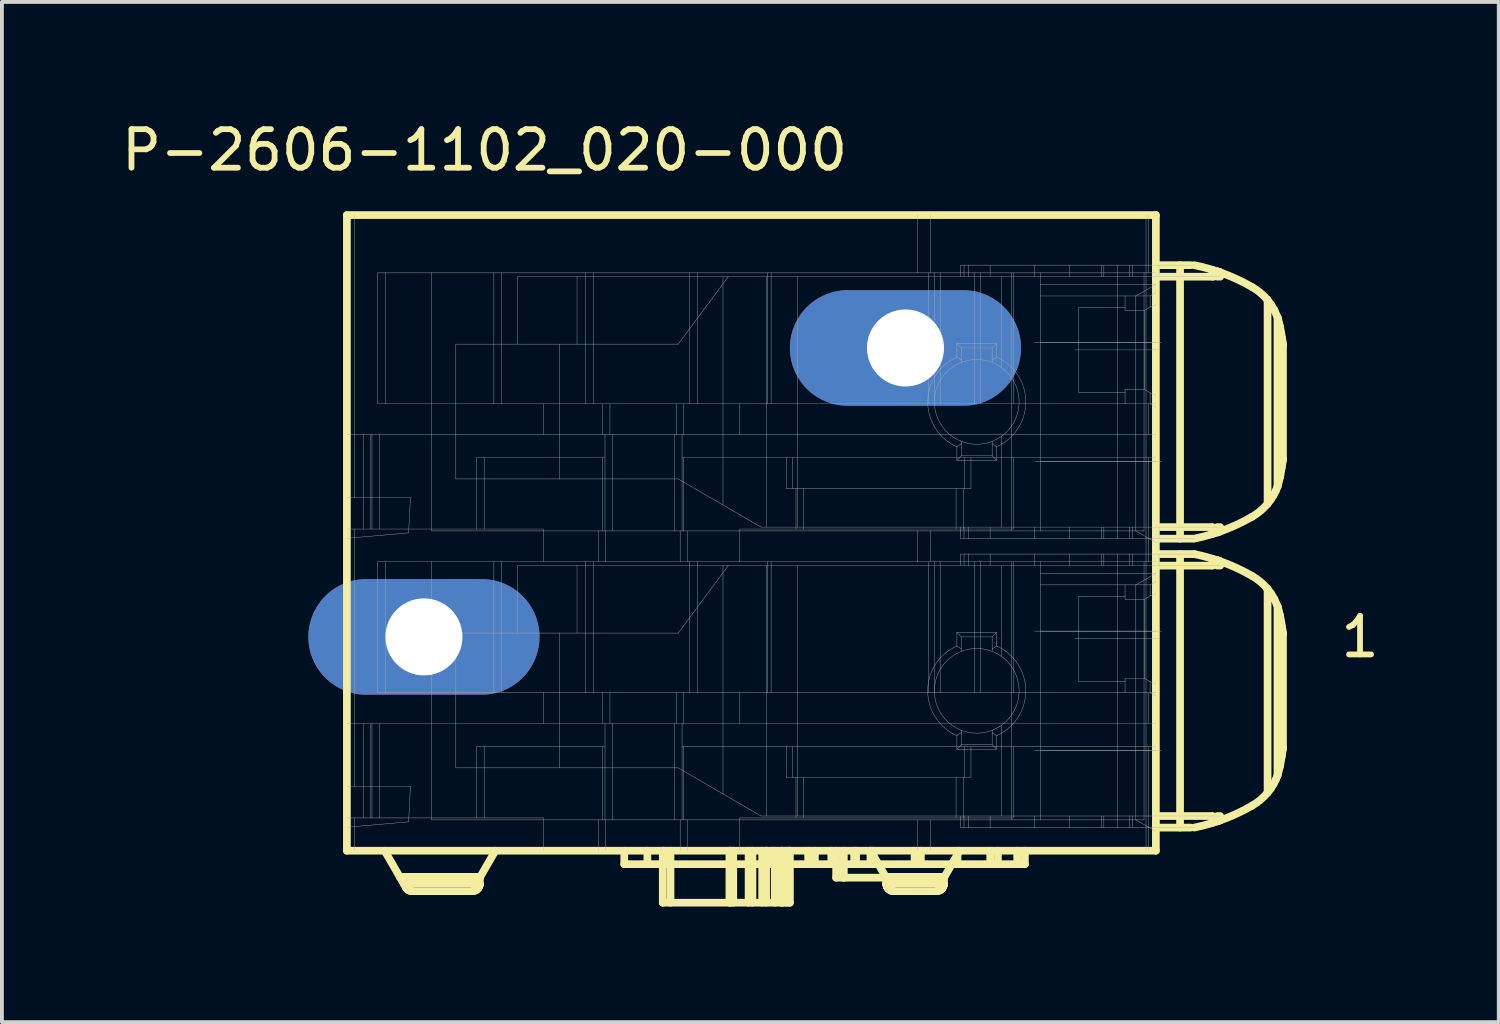
<source format=kicad_pcb>
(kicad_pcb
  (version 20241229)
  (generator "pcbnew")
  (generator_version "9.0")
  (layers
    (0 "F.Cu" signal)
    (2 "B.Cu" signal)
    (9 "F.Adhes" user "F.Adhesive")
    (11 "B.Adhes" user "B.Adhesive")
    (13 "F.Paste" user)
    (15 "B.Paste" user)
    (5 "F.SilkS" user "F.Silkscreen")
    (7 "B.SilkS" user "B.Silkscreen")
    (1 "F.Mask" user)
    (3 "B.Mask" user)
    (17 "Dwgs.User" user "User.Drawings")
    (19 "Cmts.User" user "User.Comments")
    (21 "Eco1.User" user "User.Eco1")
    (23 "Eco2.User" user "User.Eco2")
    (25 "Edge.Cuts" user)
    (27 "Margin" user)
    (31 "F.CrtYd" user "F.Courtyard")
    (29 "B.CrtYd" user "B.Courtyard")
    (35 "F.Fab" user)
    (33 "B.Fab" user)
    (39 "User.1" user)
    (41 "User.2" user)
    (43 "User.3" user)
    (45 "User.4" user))
  (footprint "P-2606-1102_020-000"
    (layer "F.Cu")
    (at 18.105 11.458)
    (property "Reference" "P-2606-1102_020-000" (at -8.575 -10.61 0) (layer "F.SilkS") (effects (font (size 1 1) (thickness 0.15))))
    (attr through_hole)
    (fp_line (start -12.15 7.575) (end -12.15 -8.925) (stroke (width 0.2) (type solid)) (layer "F.SilkS"))
    (fp_line (start -10.778 8.254) (end -11.17 7.575) (stroke (width 0.2) (type solid)) (layer "F.SilkS"))
    (fp_line (start -10.621 8.525) (end -10.778 8.254) (stroke (width 0.2) (type solid)) (layer "F.SilkS"))
    (fp_line (start -10.612 8.54) (end -10.621 8.525) (stroke (width 0.2) (type solid)) (layer "F.SilkS"))
    (fp_line (start -10.601 8.554) (end -10.612 8.54) (stroke (width 0.2) (type solid)) (layer "F.SilkS"))
    (fp_line (start -10.59 8.566) (end -10.601 8.554) (stroke (width 0.2) (type solid)) (layer "F.SilkS"))
    (fp_line (start -10.577 8.578) (end -10.59 8.566) (stroke (width 0.2) (type solid)) (layer "F.SilkS"))
    (fp_line (start -10.563 8.589) (end -10.577 8.578) (stroke (width 0.2) (type solid)) (layer "F.SilkS"))
    (fp_line (start -10.548 8.598) (end -10.563 8.589) (stroke (width 0.2) (type solid)) (layer "F.SilkS"))
    (fp_line (start -10.533 8.606) (end -10.548 8.598) (stroke (width 0.2) (type solid)) (layer "F.SilkS"))
    (fp_line (start -10.517 8.613) (end -10.533 8.606) (stroke (width 0.2) (type solid)) (layer "F.SilkS"))
    (fp_line (start -10.5 8.618) (end -10.517 8.613) (stroke (width 0.2) (type solid)) (layer "F.SilkS"))
    (fp_line (start -10.483 8.622) (end -10.5 8.618) (stroke (width 0.2) (type solid)) (layer "F.SilkS"))
    (fp_line (start -10.466 8.624) (end -10.483 8.622) (stroke (width 0.2) (type solid)) (layer "F.SilkS"))
    (fp_line (start -10.448 8.625) (end -10.466 8.624) (stroke (width 0.2) (type solid)) (layer "F.SilkS"))
    (fp_line (start -8.9 8.625) (end -10.448 8.625) (stroke (width 0.2) (type solid)) (layer "F.SilkS"))
    (fp_line (start -8.883 8.624) (end -8.9 8.625) (stroke (width 0.2) (type solid)) (layer "F.SilkS"))
    (fp_line (start -8.865 8.622) (end -8.883 8.624) (stroke (width 0.2) (type solid)) (layer "F.SilkS"))
    (fp_line (start -8.848 8.618) (end -8.865 8.622) (stroke (width 0.2) (type solid)) (layer "F.SilkS"))
    (fp_line (start -8.832 8.613) (end -8.848 8.618) (stroke (width 0.2) (type solid)) (layer "F.SilkS"))
    (fp_line (start -8.815 8.606) (end -8.832 8.613) (stroke (width 0.2) (type solid)) (layer "F.SilkS"))
    (fp_line (start -8.8 8.598) (end -8.815 8.606) (stroke (width 0.2) (type solid)) (layer "F.SilkS"))
    (fp_line (start -8.785 8.589) (end -8.8 8.598) (stroke (width 0.2) (type solid)) (layer "F.SilkS"))
    (fp_line (start -8.771 8.578) (end -8.785 8.589) (stroke (width 0.2) (type solid)) (layer "F.SilkS"))
    (fp_line (start -8.759 8.566) (end -8.771 8.578) (stroke (width 0.2) (type solid)) (layer "F.SilkS"))
    (fp_line (start -8.747 8.554) (end -8.759 8.566) (stroke (width 0.2) (type solid)) (layer "F.SilkS"))
    (fp_line (start -8.736 8.54) (end -8.747 8.554) (stroke (width 0.2) (type solid)) (layer "F.SilkS"))
    (fp_line (start -8.727 8.525) (end -8.736 8.54) (stroke (width 0.2) (type solid)) (layer "F.SilkS"))
    (fp_line (start -8.719 8.51) (end -8.727 8.525) (stroke (width 0.2) (type solid)) (layer "F.SilkS"))
    (fp_line (start -8.712 8.493) (end -8.719 8.51) (stroke (width 0.2) (type solid)) (layer "F.SilkS"))
    (fp_line (start -8.707 8.477) (end -8.712 8.493) (stroke (width 0.2) (type solid)) (layer "F.SilkS"))
    (fp_line (start -8.703 8.46) (end -8.707 8.477) (stroke (width 0.2) (type solid)) (layer "F.SilkS"))
    (fp_line (start -8.701 8.442) (end -8.703 8.46) (stroke (width 0.2) (type solid)) (layer "F.SilkS"))
    (fp_line (start -8.7 8.275) (end -8.296 7.575) (stroke (width 0.2) (type solid)) (layer "F.SilkS"))
    (fp_line (start -8.7 8.425) (end -10.679 8.425) (stroke (width 0.2) (type solid)) (layer "F.SilkS"))
    (fp_line (start -8.7 8.425) (end -8.701 8.442) (stroke (width 0.2) (type solid)) (layer "F.SilkS"))
    (fp_line (start -8.7 8.425) (end -8.7 8.275) (stroke (width 0.2) (type solid)) (layer "F.SilkS"))
    (fp_line (start -8.688 8.254) (end -10.778 8.254) (stroke (width 0.2) (type solid)) (layer "F.SilkS"))
    (fp_line (start -4.95 7.925) (end -4.95 7.575) (stroke (width 0.2) (type solid)) (layer "F.SilkS"))
    (fp_line (start -4.35 7.925) (end -4.35 7.575) (stroke (width 0.2) (type solid)) (layer "F.SilkS"))
    (fp_line (start -3.95 8.925) (end -3.95 7.575) (stroke (width 0.2) (type solid)) (layer "F.SilkS"))
    (fp_line (start -3.932 7.925) (end -3.932 7.575) (stroke (width 0.2) (type solid)) (layer "F.SilkS"))
    (fp_line (start -3.75 8.925) (end -3.75 7.575) (stroke (width 0.2) (type solid)) (layer "F.SilkS"))
    (fp_line (start -2.22 7.575) (end -2.22 8.925) (stroke (width 0.2) (type solid)) (layer "F.SilkS"))
    (fp_line (start -2.193 8.925) (end -2.193 7.575) (stroke (width 0.2) (type solid)) (layer "F.SilkS"))
    (fp_line (start -2.12 8.925) (end -2.12 7.575) (stroke (width 0.2) (type solid)) (layer "F.SilkS"))
    (fp_line (start -1.722 8.925) (end -1.722 7.575) (stroke (width 0.2) (type solid)) (layer "F.SilkS"))
    (fp_line (start -1.622 8.925) (end -1.622 7.575) (stroke (width 0.2) (type solid)) (layer "F.SilkS"))
    (fp_line (start -1.369 8.925) (end -1.369 7.575) (stroke (width 0.2) (type solid)) (layer "F.SilkS"))
    (fp_line (start -1.268 8.925) (end -1.268 7.575) (stroke (width 0.2) (type solid)) (layer "F.SilkS"))
    (fp_line (start -1.25 7.925) (end -1.25 7.575) (stroke (width 0.2) (type solid)) (layer "F.SilkS"))
    (fp_line (start -1.113 7.925) (end -1.113 7.575) (stroke (width 0.2) (type solid)) (layer "F.SilkS"))
    (fp_line (start -1.044 8.925) (end -1.044 7.575) (stroke (width 0.2) (type solid)) (layer "F.SilkS"))
    (fp_line (start -0.871 8.925) (end -0.871 7.575) (stroke (width 0.2) (type solid)) (layer "F.SilkS"))
    (fp_line (start -0.85 8.925) (end -3.95 8.925) (stroke (width 0.2) (type solid)) (layer "F.SilkS"))
    (fp_line (start -0.85 8.925) (end -0.85 7.575) (stroke (width 0.2) (type solid)) (layer "F.SilkS"))
    (fp_line (start -0.75 8.925) (end -0.75 7.575) (stroke (width 0.2) (type solid)) (layer "F.SilkS"))
    (fp_line (start -0.689 7.925) (end -0.689 7.575) (stroke (width 0.2) (type solid)) (layer "F.SilkS"))
    (fp_line (start -0.677 8.925) (end -0.677 7.575) (stroke (width 0.2) (type solid)) (layer "F.SilkS"))
    (fp_line (start -0.65 8.925) (end -0.85 8.925) (stroke (width 0.2) (type solid)) (layer "F.SilkS"))
    (fp_line (start -0.65 8.925) (end -0.65 7.575) (stroke (width 0.2) (type solid)) (layer "F.SilkS"))
    (fp_line (start -0.176 7.575) (end -0.176 7.925) (stroke (width 0.2) (type solid)) (layer "F.SilkS"))
    (fp_line (start -0.001 7.925) (end -0.001 7.575) (stroke (width 0.2) (type solid)) (layer "F.SilkS"))
    (fp_line (start 0.424 7.925) (end 0.424 7.575) (stroke (width 0.2) (type solid)) (layer "F.SilkS"))
    (fp_line (start 0.55 8.275) (end 0.55 7.575) (stroke (width 0.2) (type solid)) (layer "F.SilkS"))
    (fp_line (start 0.75 8.275) (end 0.55 8.275) (stroke (width 0.2) (type solid)) (layer "F.SilkS"))
    (fp_line (start 0.75 8.275) (end 0.75 7.575) (stroke (width 0.2) (type solid)) (layer "F.SilkS"))
    (fp_line (start 1.018 7.925) (end 1.018 7.575) (stroke (width 0.2) (type solid)) (layer "F.SilkS"))
    (fp_line (start 1.068 7.925) (end 1.068 7.575) (stroke (width 0.2) (type solid)) (layer "F.SilkS"))
    (fp_line (start 1.44 7.925) (end 1.44 7.575) (stroke (width 0.2) (type solid)) (layer "F.SilkS"))
    (fp_line (start 1.446 7.575) (end 1.648 7.925) (stroke (width 0.2) (type solid)) (layer "F.SilkS"))
    (fp_line (start 1.513 7.925) (end 1.513 7.575) (stroke (width 0.2) (type solid)) (layer "F.SilkS"))
    (fp_line (start 1.648 7.925) (end 1.85 8.275) (stroke (width 0.2) (type solid)) (layer "F.SilkS"))
    (fp_line (start 1.85 8.275) (end 0.75 8.275) (stroke (width 0.2) (type solid)) (layer "F.SilkS"))
    (fp_line (start 1.85 8.275) (end 1.85 8.425) (stroke (width 0.2) (type solid)) (layer "F.SilkS"))
    (fp_line (start 1.851 8.442) (end 1.85 8.425) (stroke (width 0.2) (type solid)) (layer "F.SilkS"))
    (fp_line (start 1.853 8.46) (end 1.851 8.442) (stroke (width 0.2) (type solid)) (layer "F.SilkS"))
    (fp_line (start 1.857 8.477) (end 1.853 8.46) (stroke (width 0.2) (type solid)) (layer "F.SilkS"))
    (fp_line (start 1.862 8.493) (end 1.857 8.477) (stroke (width 0.2) (type solid)) (layer "F.SilkS"))
    (fp_line (start 1.869 8.51) (end 1.862 8.493) (stroke (width 0.2) (type solid)) (layer "F.SilkS"))
    (fp_line (start 1.877 8.525) (end 1.869 8.51) (stroke (width 0.2) (type solid)) (layer "F.SilkS"))
    (fp_line (start 1.886 8.54) (end 1.877 8.525) (stroke (width 0.2) (type solid)) (layer "F.SilkS"))
    (fp_line (start 1.897 8.554) (end 1.886 8.54) (stroke (width 0.2) (type solid)) (layer "F.SilkS"))
    (fp_line (start 1.909 8.566) (end 1.897 8.554) (stroke (width 0.2) (type solid)) (layer "F.SilkS"))
    (fp_line (start 1.921 8.578) (end 1.909 8.566) (stroke (width 0.2) (type solid)) (layer "F.SilkS"))
    (fp_line (start 1.935 8.589) (end 1.921 8.578) (stroke (width 0.2) (type solid)) (layer "F.SilkS"))
    (fp_line (start 1.95 8.598) (end 1.935 8.589) (stroke (width 0.2) (type solid)) (layer "F.SilkS"))
    (fp_line (start 1.965 8.606) (end 1.95 8.598) (stroke (width 0.2) (type solid)) (layer "F.SilkS"))
    (fp_line (start 1.982 8.613) (end 1.965 8.606) (stroke (width 0.2) (type solid)) (layer "F.SilkS"))
    (fp_line (start 1.998 8.618) (end 1.982 8.613) (stroke (width 0.2) (type solid)) (layer "F.SilkS"))
    (fp_line (start 2.015 8.622) (end 1.998 8.618) (stroke (width 0.2) (type solid)) (layer "F.SilkS"))
    (fp_line (start 2.033 8.624) (end 2.015 8.622) (stroke (width 0.2) (type solid)) (layer "F.SilkS"))
    (fp_line (start 2.05 8.625) (end 2.033 8.624) (stroke (width 0.2) (type solid)) (layer "F.SilkS"))
    (fp_line (start 2.587 7.925) (end 2.587 7.575) (stroke (width 0.2) (type solid)) (layer "F.SilkS"))
    (fp_line (start 2.75 7.925) (end -4.95 7.925) (stroke (width 0.2) (type solid)) (layer "F.SilkS"))
    (fp_line (start 2.75 7.925) (end 2.75 7.575) (stroke (width 0.2) (type solid)) (layer "F.SilkS"))
    (fp_line (start 3.15 8.625) (end 2.05 8.625) (stroke (width 0.2) (type solid)) (layer "F.SilkS"))
    (fp_line (start 3.167 8.624) (end 3.15 8.625) (stroke (width 0.2) (type solid)) (layer "F.SilkS"))
    (fp_line (start 3.185 8.622) (end 3.167 8.624) (stroke (width 0.2) (type solid)) (layer "F.SilkS"))
    (fp_line (start 3.202 8.618) (end 3.185 8.622) (stroke (width 0.2) (type solid)) (layer "F.SilkS"))
    (fp_line (start 3.218 8.613) (end 3.202 8.618) (stroke (width 0.2) (type solid)) (layer "F.SilkS"))
    (fp_line (start 3.235 8.606) (end 3.218 8.613) (stroke (width 0.2) (type solid)) (layer "F.SilkS"))
    (fp_line (start 3.25 8.598) (end 3.235 8.606) (stroke (width 0.2) (type solid)) (layer "F.SilkS"))
    (fp_line (start 3.265 8.589) (end 3.25 8.598) (stroke (width 0.2) (type solid)) (layer "F.SilkS"))
    (fp_line (start 3.279 8.578) (end 3.265 8.589) (stroke (width 0.2) (type solid)) (layer "F.SilkS"))
    (fp_line (start 3.291 8.566) (end 3.279 8.578) (stroke (width 0.2) (type solid)) (layer "F.SilkS"))
    (fp_line (start 3.303 8.554) (end 3.291 8.566) (stroke (width 0.2) (type solid)) (layer "F.SilkS"))
    (fp_line (start 3.314 8.54) (end 3.303 8.554) (stroke (width 0.2) (type solid)) (layer "F.SilkS"))
    (fp_line (start 3.323 8.525) (end 3.314 8.54) (stroke (width 0.2) (type solid)) (layer "F.SilkS"))
    (fp_line (start 3.331 8.51) (end 3.323 8.525) (stroke (width 0.2) (type solid)) (layer "F.SilkS"))
    (fp_line (start 3.338 8.493) (end 3.331 8.51) (stroke (width 0.2) (type solid)) (layer "F.SilkS"))
    (fp_line (start 3.343 8.477) (end 3.338 8.493) (stroke (width 0.2) (type solid)) (layer "F.SilkS"))
    (fp_line (start 3.347 8.46) (end 3.343 8.477) (stroke (width 0.2) (type solid)) (layer "F.SilkS"))
    (fp_line (start 3.349 8.442) (end 3.347 8.46) (stroke (width 0.2) (type solid)) (layer "F.SilkS"))
    (fp_line (start 3.35 8.275) (end 3.552 7.925) (stroke (width 0.2) (type solid)) (layer "F.SilkS"))
    (fp_line (start 3.35 8.425) (end 1.85 8.425) (stroke (width 0.2) (type solid)) (layer "F.SilkS"))
    (fp_line (start 3.35 8.425) (end 3.349 8.442) (stroke (width 0.2) (type solid)) (layer "F.SilkS"))
    (fp_line (start 3.35 8.425) (end 3.35 8.275) (stroke (width 0.2) (type solid)) (layer "F.SilkS"))
    (fp_line (start 3.362 8.254) (end 1.838 8.254) (stroke (width 0.2) (type solid)) (layer "F.SilkS"))
    (fp_line (start 3.552 7.925) (end 3.754 7.575) (stroke (width 0.2) (type solid)) (layer "F.SilkS"))
    (fp_line (start 3.7 7.925) (end 3.7 7.575) (stroke (width 0.2) (type solid)) (layer "F.SilkS"))
    (fp_line (start 4.55 7.925) (end 4.55 7.575) (stroke (width 0.2) (type solid)) (layer "F.SilkS"))
    (fp_line (start 4.75 7.925) (end 4.75 7.575) (stroke (width 0.2) (type solid)) (layer "F.SilkS"))
    (fp_line (start 5.25 7.925) (end 2.75 7.925) (stroke (width 0.2) (type solid)) (layer "F.SilkS"))
    (fp_line (start 5.25 7.925) (end 5.25 7.575) (stroke (width 0.2) (type solid)) (layer "F.SilkS"))
    (fp_line (start 5.45 7.925) (end 5.25 7.925) (stroke (width 0.2) (type solid)) (layer "F.SilkS"))
    (fp_line (start 5.45 7.925) (end 5.45 7.575) (stroke (width 0.2) (type solid)) (layer "F.SilkS"))
    (fp_line (start 8.85 -8.925) (end -12.15 -8.925) (stroke (width 0.2) (type solid)) (layer "F.SilkS"))
    (fp_line (start 8.85 -7.625) (end 8.85 -8.925) (stroke (width 0.2) (type solid)) (layer "F.SilkS"))
    (fp_line (start 8.85 -7.625) (end 9.75 -7.625) (stroke (width 0.2) (type solid)) (layer "F.SilkS"))
    (fp_line (start 8.85 7.575) (end -12.15 7.575) (stroke (width 0.2) (type solid)) (layer "F.SilkS"))
    (fp_line (start 8.85 7.575) (end 8.85 -7.625) (stroke (width 0.2) (type solid)) (layer "F.SilkS"))
    (fp_line (start 8.9 -0.825) (end 10.3 -0.825) (stroke (width 0.2) (type solid)) (layer "F.SilkS"))
    (fp_line (start 8.9 -0.125) (end 9.85 -0.125) (stroke (width 0.2) (type solid)) (layer "F.SilkS"))
    (fp_line (start 8.9 0.175) (end 10.3 0.175) (stroke (width 0.2) (type solid)) (layer "F.SilkS"))
    (fp_line (start 8.9 6.675) (end 10.3 6.675) (stroke (width 0.2) (type solid)) (layer "F.SilkS"))
    (fp_line (start 8.932 6.975) (end 8.932 6.675) (stroke (width 0.01) (type solid)) (layer "F.SilkS"))
    (fp_line (start 8.95 -7.325) (end 10.35 -7.325) (stroke (width 0.2) (type solid)) (layer "F.SilkS"))
    (fp_line (start 8.95 -0.525) (end 9.8 -0.525) (stroke (width 0.2) (type solid)) (layer "F.SilkS"))
    (fp_line (start 8.95 6.975) (end 9.75 6.975) (stroke (width 0.2) (type solid)) (layer "F.SilkS"))
    (fp_line (start 9.478 -0.525) (end 9.478 -7.625) (stroke (width 0.2) (type solid)) (layer "F.SilkS"))
    (fp_line (start 9.478 6.975) (end 9.478 -0.125) (stroke (width 0.2) (type solid)) (layer "F.SilkS"))
    (fp_line (start 10.319 -7.325) (end 10.319 -7.504) (stroke (width 0.2) (type solid)) (layer "F.SilkS"))
    (fp_line (start 10.319 -0.646) (end 10.319 -0.825) (stroke (width 0.2) (type solid)) (layer "F.SilkS"))
    (fp_line (start 10.319 0.175) (end 10.319 -0.004) (stroke (width 0.2) (type solid)) (layer "F.SilkS"))
    (fp_line (start 10.319 6.854) (end 10.319 6.675) (stroke (width 0.2) (type solid)) (layer "F.SilkS"))
    (fp_line (start 10.447 -7.325) (end 10.447 -7.463) (stroke (width 0.2) (type solid)) (layer "F.SilkS"))
    (fp_line (start 10.447 -0.687) (end 10.447 -0.825) (stroke (width 0.2) (type solid)) (layer "F.SilkS"))
    (fp_line (start 10.447 -0.687) (end 10.519 -0.712) (stroke (width 0.2) (type solid)) (layer "F.SilkS"))
    (fp_line (start 10.447 0.175) (end 10.447 0.037) (stroke (width 0.2) (type solid)) (layer "F.SilkS"))
    (fp_line (start 10.447 6.813) (end 10.447 6.675) (stroke (width 0.2) (type solid)) (layer "F.SilkS"))
    (fp_line (start 10.447 6.813) (end 10.519 6.788) (stroke (width 0.2) (type solid)) (layer "F.SilkS"))
    (fp_line (start 10.519 -7.438) (end 10.447 -7.463) (stroke (width 0.2) (type solid)) (layer "F.SilkS"))
    (fp_line (start 10.519 -7.438) (end 10.519 -7.439) (stroke (width 0.2) (type solid)) (layer "F.SilkS"))
    (fp_line (start 10.519 -7.325) (end 10.519 -7.438) (stroke (width 0.2) (type solid)) (layer "F.SilkS"))
    (fp_line (start 10.519 -0.711) (end 10.519 -0.825) (stroke (width 0.2) (type solid)) (layer "F.SilkS"))
    (fp_line (start 10.519 0.062) (end 10.447 0.037) (stroke (width 0.2) (type solid)) (layer "F.SilkS"))
    (fp_line (start 10.519 0.062) (end 10.519 0.061) (stroke (width 0.2) (type solid)) (layer "F.SilkS"))
    (fp_line (start 10.519 0.175) (end 10.519 0.062) (stroke (width 0.2) (type solid)) (layer "F.SilkS"))
    (fp_line (start 10.519 6.789) (end 10.519 6.675) (stroke (width 0.2) (type solid)) (layer "F.SilkS"))
    (fp_line (start 11.75 -6.719) (end 11.845 -6.593) (stroke (width 0.2) (type solid)) (layer "F.SilkS"))
    (fp_line (start 11.75 -1.431) (end 11.75 -6.719) (stroke (width 0.2) (type solid)) (layer "F.SilkS"))
    (fp_line (start 11.75 0.781) (end 11.845 0.907) (stroke (width 0.2) (type solid)) (layer "F.SilkS"))
    (fp_line (start 11.75 6.069) (end 11.75 0.781) (stroke (width 0.2) (type solid)) (layer "F.SilkS"))
    (fp_line (start 11.832 -1.538) (end 11.75 -1.431) (stroke (width 0.2) (type solid)) (layer "F.SilkS"))
    (fp_line (start 11.832 5.962) (end 11.75 6.069) (stroke (width 0.2) (type solid)) (layer "F.SilkS"))
    (fp_line (start 11.845 -6.593) (end 11.927 -6.455) (stroke (width 0.2) (type solid)) (layer "F.SilkS"))
    (fp_line (start 11.845 0.907) (end 11.927 1.045) (stroke (width 0.2) (type solid)) (layer "F.SilkS"))
    (fp_line (start 11.902 -1.648) (end 11.832 -1.538) (stroke (width 0.2) (type solid)) (layer "F.SilkS"))
    (fp_line (start 11.902 5.852) (end 11.832 5.962) (stroke (width 0.2) (type solid)) (layer "F.SilkS"))
    (fp_line (start 11.927 -6.455) (end 12.018 -6.246) (stroke (width 0.2) (type solid)) (layer "F.SilkS"))
    (fp_line (start 11.927 1.045) (end 12.018 1.254) (stroke (width 0.2) (type solid)) (layer "F.SilkS"))
    (fp_line (start 11.962 -1.765) (end 11.902 -1.648) (stroke (width 0.2) (type solid)) (layer "F.SilkS"))
    (fp_line (start 11.962 5.735) (end 11.902 5.852) (stroke (width 0.2) (type solid)) (layer "F.SilkS"))
    (fp_line (start 12.007 -1.874) (end 12.007 -6.276) (stroke (width 0.2) (type solid)) (layer "F.SilkS"))
    (fp_line (start 12.007 5.626) (end 12.007 1.224) (stroke (width 0.2) (type solid)) (layer "F.SilkS"))
    (fp_line (start 12.011 -1.885) (end 11.962 -1.765) (stroke (width 0.2) (type solid)) (layer "F.SilkS"))
    (fp_line (start 12.011 5.615) (end 11.962 5.735) (stroke (width 0.2) (type solid)) (layer "F.SilkS"))
    (fp_line (start 12.018 -6.246) (end 12.076 -6.021) (stroke (width 0.2) (type solid)) (layer "F.SilkS"))
    (fp_line (start 12.018 1.254) (end 12.076 1.479) (stroke (width 0.2) (type solid)) (layer "F.SilkS"))
    (fp_line (start 12.076 -6.021) (end 12.105 -5.855) (stroke (width 0.2) (type solid)) (layer "F.SilkS"))
    (fp_line (start 12.076 -2.129) (end 12.011 -1.885) (stroke (width 0.2) (type solid)) (layer "F.SilkS"))
    (fp_line (start 12.076 1.479) (end 12.105 1.645) (stroke (width 0.2) (type solid)) (layer "F.SilkS"))
    (fp_line (start 12.076 5.371) (end 12.011 5.615) (stroke (width 0.2) (type solid)) (layer "F.SilkS"))
    (fp_line (start 12.105 -5.855) (end 12.123 -5.743) (stroke (width 0.2) (type solid)) (layer "F.SilkS"))
    (fp_line (start 12.105 1.645) (end 12.123 1.757) (stroke (width 0.2) (type solid)) (layer "F.SilkS"))
    (fp_line (start 12.117 -2.372) (end 12.076 -2.129) (stroke (width 0.2) (type solid)) (layer "F.SilkS"))
    (fp_line (start 12.117 5.128) (end 12.076 5.371) (stroke (width 0.2) (type solid)) (layer "F.SilkS"))
    (fp_line (start 12.123 -5.743) (end 12.134 -5.669) (stroke (width 0.2) (type solid)) (layer "F.SilkS"))
    (fp_line (start 12.123 1.757) (end 12.134 1.831) (stroke (width 0.2) (type solid)) (layer "F.SilkS"))
    (fp_line (start 12.131 -2.46) (end 12.117 -2.372) (stroke (width 0.2) (type solid)) (layer "F.SilkS"))
    (fp_line (start 12.131 5.04) (end 12.117 5.128) (stroke (width 0.2) (type solid)) (layer "F.SilkS"))
    (fp_line (start 12.134 -5.669) (end 12.143 -5.605) (stroke (width 0.2) (type solid)) (layer "F.SilkS"))
    (fp_line (start 12.134 1.831) (end 12.143 1.895) (stroke (width 0.2) (type solid)) (layer "F.SilkS"))
    (fp_line (start 12.142 -2.54) (end 12.131 -2.46) (stroke (width 0.2) (type solid)) (layer "F.SilkS"))
    (fp_line (start 12.142 4.96) (end 12.131 5.04) (stroke (width 0.2) (type solid)) (layer "F.SilkS"))
    (fp_line (start 12.143 -5.605) (end 12.147 -5.576) (stroke (width 0.2) (type solid)) (layer "F.SilkS"))
    (fp_line (start 12.143 1.895) (end 12.147 1.924) (stroke (width 0.2) (type solid)) (layer "F.SilkS"))
    (fp_line (start 12.147 -5.576) (end 12.149 -5.56) (stroke (width 0.2) (type solid)) (layer "F.SilkS"))
    (fp_line (start 12.147 1.924) (end 12.149 1.94) (stroke (width 0.2) (type solid)) (layer "F.SilkS"))
    (fp_line (start 12.148 -2.578) (end 12.142 -2.54) (stroke (width 0.2) (type solid)) (layer "F.SilkS"))
    (fp_line (start 12.148 4.922) (end 12.142 4.96) (stroke (width 0.2) (type solid)) (layer "F.SilkS"))
    (fp_line (start 12.149 -5.56) (end 12.15 -5.555) (stroke (width 0.2) (type solid)) (layer "F.SilkS"))
    (fp_line (start 12.149 1.94) (end 12.15 1.945) (stroke (width 0.2) (type solid)) (layer "F.SilkS"))
    (fp_line (start 12.149 -2.591) (end 12.148 -2.578) (stroke (width 0.2) (type solid)) (layer "F.SilkS"))
    (fp_line (start 12.149 4.909) (end 12.148 4.922) (stroke (width 0.2) (type solid)) (layer "F.SilkS"))
    (fp_line (start 12.15 -5.555) (end 12.15 -5.555) (stroke (width 0.2) (type solid)) (layer "F.SilkS"))
    (fp_line (start 12.15 -2.595) (end 12.149 -2.591) (stroke (width 0.2) (type solid)) (layer "F.SilkS"))
    (fp_line (start 12.15 -2.595) (end 12.15 -5.555) (stroke (width 0.2) (type solid)) (layer "F.SilkS"))
    (fp_line (start 12.15 1.945) (end 12.15 1.945) (stroke (width 0.2) (type solid)) (layer "F.SilkS"))
    (fp_line (start 12.15 4.905) (end 12.149 4.909) (stroke (width 0.2) (type solid)) (layer "F.SilkS"))
    (fp_line (start 12.15 4.905) (end 12.15 1.945) (stroke (width 0.2) (type solid)) (layer "F.SilkS"))
    (fp_arc (start 9.84499 -7.625) (mid 10.620627 -7.400986) (end 11.3501 -7.05506) (stroke (width 0.2) (type solid)) (layer "F.SilkS"))
    (fp_arc (start 9.84499 -0.125) (mid 10.620627 0.099014) (end 11.3501 0.444941) (stroke (width 0.2) (type solid)) (layer "F.SilkS"))
    (fp_arc (start 11.3501 -7.05506) (mid 11.564778 -6.904671) (end 11.75 -6.71921) (stroke (width 0.2) (type solid)) (layer "F.SilkS"))
    (fp_arc (start 11.3501 -1.09494) (mid 10.620627 -0.749014) (end 9.84499 -0.525) (stroke (width 0.2) (type solid)) (layer "F.SilkS"))
    (fp_arc (start 11.3501 0.444941) (mid 11.564778 0.59533) (end 11.75 0.780791) (stroke (width 0.2) (type solid)) (layer "F.SilkS"))
    (fp_arc (start 11.3501 6.40506) (mid 10.620627 6.750986) (end 9.84499 6.975) (stroke (width 0.2) (type solid)) (layer "F.SilkS"))
    (fp_arc (start 11.75 -1.43079) (mid 11.564778 -1.245329) (end 11.3501 -1.09494) (stroke (width 0.2) (type solid)) (layer "F.SilkS"))
    (fp_arc (start 11.75 6.06921) (mid 11.564778 6.254671) (end 11.3501 6.40506) (stroke (width 0.2) (type solid)) (layer "F.SilkS"))
    (fp_line (start -11.95 -1.595) (end -12.15 -1.595) (stroke (width 0.01) (type solid)) (layer "F.Fab"))
    (fp_line (start -11.95 -1.595) (end -11.95 -8.925) (stroke (width 0.01) (type solid)) (layer "F.Fab"))
    (fp_line (start -11.95 -0.775) (end -12.15 -0.775) (stroke (width 0.01) (type solid)) (layer "F.Fab"))
    (fp_line (start -11.95 5.905) (end -12.15 5.905) (stroke (width 0.01) (type solid)) (layer "F.Fab"))
    (fp_line (start -11.95 5.905) (end -11.95 -0.775) (stroke (width 0.01) (type solid)) (layer "F.Fab"))
    (fp_line (start -11.95 6.725) (end -12.15 6.725) (stroke (width 0.01) (type solid)) (layer "F.Fab"))
    (fp_line (start -11.95 7.575) (end -11.95 6.725) (stroke (width 0.01) (type solid)) (layer "F.Fab"))
    (fp_line (start -11.728 -3.225) (end -12.15 -3.225) (stroke (width 0.01) (type solid)) (layer "F.Fab"))
    (fp_line (start -11.728 -0.775) (end -11.95 -0.775) (stroke (width 0.01) (type solid)) (layer "F.Fab"))
    (fp_line (start -11.728 -0.775) (end -11.728 -3.225) (stroke (width 0.01) (type solid)) (layer "F.Fab"))
    (fp_line (start -11.728 4.275) (end -12.15 4.275) (stroke (width 0.01) (type solid)) (layer "F.Fab"))
    (fp_line (start -11.728 6.725) (end -11.728 4.275) (stroke (width 0.01) (type solid)) (layer "F.Fab"))
    (fp_line (start -11.528 -0.775) (end -11.528 -3.225) (stroke (width 0.01) (type solid)) (layer "F.Fab"))
    (fp_line (start -11.528 6.725) (end -11.528 4.275) (stroke (width 0.01) (type solid)) (layer "F.Fab"))
    (fp_line (start -11.499 -0.775) (end -11.499 -3.225) (stroke (width 0.01) (type solid)) (layer "F.Fab"))
    (fp_line (start -11.499 6.725) (end -11.499 4.275) (stroke (width 0.01) (type solid)) (layer "F.Fab"))
    (fp_line (start -11.35 -4.025) (end -11.35 -7.425) (stroke (width 0.01) (type solid)) (layer "F.Fab"))
    (fp_line (start -11.35 3.475) (end -11.35 0.075) (stroke (width 0.01) (type solid)) (layer "F.Fab"))
    (fp_line (start -11.3 -0.775) (end -11.3 -3.225) (stroke (width 0.01) (type solid)) (layer "F.Fab"))
    (fp_line (start -11.3 6.725) (end -11.3 4.275) (stroke (width 0.01) (type solid)) (layer "F.Fab"))
    (fp_line (start -11.15 -7.425) (end -11.35 -7.425) (stroke (width 0.01) (type solid)) (layer "F.Fab"))
    (fp_line (start -11.15 -4.025) (end -11.35 -4.025) (stroke (width 0.01) (type solid)) (layer "F.Fab"))
    (fp_line (start -11.15 -4.025) (end -11.15 -7.425) (stroke (width 0.01) (type solid)) (layer "F.Fab"))
    (fp_line (start -11.15 0.075) (end -11.35 0.075) (stroke (width 0.01) (type solid)) (layer "F.Fab"))
    (fp_line (start -11.15 3.475) (end -11.15 0.075) (stroke (width 0.01) (type solid)) (layer "F.Fab"))
    (fp_line (start -10.75 1.275) (end -10.75 2.775) (stroke (width 0.01) (type solid)) (layer "F.Fab"))
    (fp_line (start -10.75 2.775) (end -9.55 2.775) (stroke (width 0.01) (type solid)) (layer "F.Fab"))
    (fp_line (start -10.548 -0.675) (end -12.15 -0.535) (stroke (width 0.01) (type solid)) (layer "F.Fab"))
    (fp_line (start -10.548 -0.675) (end -10.5 -1.595) (stroke (width 0.01) (type solid)) (layer "F.Fab"))
    (fp_line (start -10.548 6.825) (end -12.15 6.965) (stroke (width 0.01) (type solid)) (layer "F.Fab"))
    (fp_line (start -10.548 6.825) (end -10.5 5.905) (stroke (width 0.01) (type solid)) (layer "F.Fab"))
    (fp_line (start -10.5 -1.595) (end -11.95 -1.595) (stroke (width 0.01) (type solid)) (layer "F.Fab"))
    (fp_line (start -10.5 5.905) (end -11.95 5.905) (stroke (width 0.01) (type solid)) (layer "F.Fab"))
    (fp_line (start -9.95 -7.425) (end -11.15 -7.425) (stroke (width 0.01) (type solid)) (layer "F.Fab"))
    (fp_line (start -9.95 -0.725) (end -9.95 -7.425) (stroke (width 0.01) (type solid)) (layer "F.Fab"))
    (fp_line (start -9.95 0.075) (end -11.15 0.075) (stroke (width 0.01) (type solid)) (layer "F.Fab"))
    (fp_line (start -9.95 6.775) (end -9.95 0.075) (stroke (width 0.01) (type solid)) (layer "F.Fab"))
    (fp_line (start -9.55 1.275) (end -10.75 1.275) (stroke (width 0.01) (type solid)) (layer "F.Fab"))
    (fp_line (start -9.55 2.775) (end -9.55 1.275) (stroke (width 0.01) (type solid)) (layer "F.Fab"))
    (fp_line (start -9.322 -2.075) (end -9.322 -5.575) (stroke (width 0.01) (type solid)) (layer "F.Fab"))
    (fp_line (start -9.322 -2.075) (end -6.626 -2.075) (stroke (width 0.01) (type solid)) (layer "F.Fab"))
    (fp_line (start -9.322 5.425) (end -9.322 1.925) (stroke (width 0.01) (type solid)) (layer "F.Fab"))
    (fp_line (start -9.322 5.425) (end -6.626 5.425) (stroke (width 0.01) (type solid)) (layer "F.Fab"))
    (fp_line (start -8.779 -2.625) (end -5.45 -2.625) (stroke (width 0.01) (type solid)) (layer "F.Fab"))
    (fp_line (start -8.779 -0.775) (end -8.779 -2.625) (stroke (width 0.01) (type solid)) (layer "F.Fab"))
    (fp_line (start -8.779 4.875) (end -5.45 4.875) (stroke (width 0.01) (type solid)) (layer "F.Fab"))
    (fp_line (start -8.779 6.725) (end -8.779 4.875) (stroke (width 0.01) (type solid)) (layer "F.Fab"))
    (fp_line (start -8.587 -0.775) (end -8.587 -2.625) (stroke (width 0.01) (type solid)) (layer "F.Fab"))
    (fp_line (start -8.587 6.725) (end -8.587 4.875) (stroke (width 0.01) (type solid)) (layer "F.Fab"))
    (fp_line (start -8.335 -4.025) (end -8.335 -7.425) (stroke (width 0.01) (type solid)) (layer "F.Fab"))
    (fp_line (start -8.335 3.475) (end -8.335 0.075) (stroke (width 0.01) (type solid)) (layer "F.Fab"))
    (fp_line (start -8.137 -4.025) (end -8.137 -7.425) (stroke (width 0.01) (type solid)) (layer "F.Fab"))
    (fp_line (start -8.137 3.475) (end -8.137 0.075) (stroke (width 0.01) (type solid)) (layer "F.Fab"))
    (fp_line (start -7.717 -7.325) (end -7.717 -5.575) (stroke (width 0.01) (type solid)) (layer "F.Fab"))
    (fp_line (start -7.717 0.175) (end -7.717 1.925) (stroke (width 0.01) (type solid)) (layer "F.Fab"))
    (fp_line (start -7.05 -3.225) (end -7.05 -4.025) (stroke (width 0.01) (type solid)) (layer "F.Fab"))
    (fp_line (start -7.05 -0.775) (end -11.728 -0.775) (stroke (width 0.01) (type solid)) (layer "F.Fab"))
    (fp_line (start -7.05 0.075) (end -7.05 -0.775) (stroke (width 0.01) (type solid)) (layer "F.Fab"))
    (fp_line (start -7.05 4.275) (end -7.05 3.475) (stroke (width 0.01) (type solid)) (layer "F.Fab"))
    (fp_line (start -7.05 6.725) (end -11.95 6.725) (stroke (width 0.01) (type solid)) (layer "F.Fab"))
    (fp_line (start -7.05 7.575) (end -7.05 6.725) (stroke (width 0.01) (type solid)) (layer "F.Fab"))
    (fp_line (start -6.626 -5.575) (end -9.322 -5.575) (stroke (width 0.01) (type solid)) (layer "F.Fab"))
    (fp_line (start -6.626 -2.075) (end -6.626 -5.575) (stroke (width 0.01) (type solid)) (layer "F.Fab"))
    (fp_line (start -6.626 -2.075) (end -3.55 -2.075) (stroke (width 0.01) (type solid)) (layer "F.Fab"))
    (fp_line (start -6.626 1.925) (end -9.322 1.925) (stroke (width 0.01) (type solid)) (layer "F.Fab"))
    (fp_line (start -6.626 5.425) (end -6.626 1.925) (stroke (width 0.01) (type solid)) (layer "F.Fab"))
    (fp_line (start -6.626 5.425) (end -3.55 5.425) (stroke (width 0.01) (type solid)) (layer "F.Fab"))
    (fp_line (start -6.176 -7.325) (end -7.717 -7.325) (stroke (width 0.01) (type solid)) (layer "F.Fab"))
    (fp_line (start -6.176 -7.325) (end -6.176 -5.575) (stroke (width 0.01) (type solid)) (layer "F.Fab"))
    (fp_line (start -6.176 -5.575) (end -6.626 -5.575) (stroke (width 0.01) (type solid)) (layer "F.Fab"))
    (fp_line (start -6.176 0.175) (end -7.717 0.175) (stroke (width 0.01) (type solid)) (layer "F.Fab"))
    (fp_line (start -6.176 0.175) (end -6.176 1.925) (stroke (width 0.01) (type solid)) (layer "F.Fab"))
    (fp_line (start -6.176 1.925) (end -6.626 1.925) (stroke (width 0.01) (type solid)) (layer "F.Fab"))
    (fp_line (start -5.95 -4.025) (end -11.15 -4.025) (stroke (width 0.01) (type solid)) (layer "F.Fab"))
    (fp_line (start -5.95 -4.025) (end -5.95 -7.425) (stroke (width 0.01) (type solid)) (layer "F.Fab"))
    (fp_line (start -5.95 3.475) (end -11.35 3.475) (stroke (width 0.01) (type solid)) (layer "F.Fab"))
    (fp_line (start -5.95 3.475) (end -5.95 0.075) (stroke (width 0.01) (type solid)) (layer "F.Fab"))
    (fp_line (start -5.75 -4.025) (end -5.95 -4.025) (stroke (width 0.01) (type solid)) (layer "F.Fab"))
    (fp_line (start -5.75 -4.025) (end -5.75 -7.425) (stroke (width 0.01) (type solid)) (layer "F.Fab"))
    (fp_line (start -5.75 3.475) (end -5.75 0.075) (stroke (width 0.01) (type solid)) (layer "F.Fab"))
    (fp_line (start -5.617 0.075) (end -5.617 -0.725) (stroke (width 0.01) (type solid)) (layer "F.Fab"))
    (fp_line (start -5.617 7.575) (end -5.617 6.775) (stroke (width 0.01) (type solid)) (layer "F.Fab"))
    (fp_line (start -5.513 -3.225) (end -5.513 -4.025) (stroke (width 0.01) (type solid)) (layer "F.Fab"))
    (fp_line (start -5.513 -0.725) (end -5.513 -2.625) (stroke (width 0.01) (type solid)) (layer "F.Fab"))
    (fp_line (start -5.513 4.275) (end -5.513 3.475) (stroke (width 0.01) (type solid)) (layer "F.Fab"))
    (fp_line (start -5.513 6.775) (end -5.513 4.875) (stroke (width 0.01) (type solid)) (layer "F.Fab"))
    (fp_line (start -5.45 -3.225) (end -11.728 -3.225) (stroke (width 0.01) (type solid)) (layer "F.Fab"))
    (fp_line (start -5.45 -0.725) (end -5.45 -3.225) (stroke (width 0.01) (type solid)) (layer "F.Fab"))
    (fp_line (start -5.45 4.275) (end -11.728 4.275) (stroke (width 0.01) (type solid)) (layer "F.Fab"))
    (fp_line (start -5.45 6.775) (end -5.45 4.275) (stroke (width 0.01) (type solid)) (layer "F.Fab"))
    (fp_line (start -5.438 0.075) (end -5.438 -0.725) (stroke (width 0.01) (type solid)) (layer "F.Fab"))
    (fp_line (start -5.438 7.575) (end -5.438 6.775) (stroke (width 0.01) (type solid)) (layer "F.Fab"))
    (fp_line (start -5.321 -3.225) (end -5.321 -4.025) (stroke (width 0.01) (type solid)) (layer "F.Fab"))
    (fp_line (start -5.321 4.275) (end -5.321 3.475) (stroke (width 0.01) (type solid)) (layer "F.Fab"))
    (fp_line (start -5.25 -3.225) (end -5.45 -3.225) (stroke (width 0.01) (type solid)) (layer "F.Fab"))
    (fp_line (start -5.25 -0.725) (end -5.25 -3.225) (stroke (width 0.01) (type solid)) (layer "F.Fab"))
    (fp_line (start -5.25 4.275) (end -5.45 4.275) (stroke (width 0.01) (type solid)) (layer "F.Fab"))
    (fp_line (start -5.25 6.775) (end -5.25 4.275) (stroke (width 0.01) (type solid)) (layer "F.Fab"))
    (fp_line (start -3.65 -3.225) (end -5.25 -3.225) (stroke (width 0.01) (type solid)) (layer "F.Fab"))
    (fp_line (start -3.65 -0.725) (end -3.65 -3.225) (stroke (width 0.01) (type solid)) (layer "F.Fab"))
    (fp_line (start -3.65 4.275) (end -5.25 4.275) (stroke (width 0.01) (type solid)) (layer "F.Fab"))
    (fp_line (start -3.65 6.775) (end -3.65 4.275) (stroke (width 0.01) (type solid)) (layer "F.Fab"))
    (fp_line (start -3.602 -3.225) (end -3.602 -4.025) (stroke (width 0.01) (type solid)) (layer "F.Fab"))
    (fp_line (start -3.602 4.275) (end -3.602 3.475) (stroke (width 0.01) (type solid)) (layer "F.Fab"))
    (fp_line (start -3.55 -5.575) (end -6.176 -5.575) (stroke (width 0.01) (type solid)) (layer "F.Fab"))
    (fp_line (start -3.55 -2.075) (end -1.4 -0.825) (stroke (width 0.01) (type solid)) (layer "F.Fab"))
    (fp_line (start -3.55 1.925) (end -6.176 1.925) (stroke (width 0.01) (type solid)) (layer "F.Fab"))
    (fp_line (start -3.55 5.425) (end -1.4 6.675) (stroke (width 0.01) (type solid)) (layer "F.Fab"))
    (fp_line (start -3.499 0.075) (end -3.499 -0.725) (stroke (width 0.01) (type solid)) (layer "F.Fab"))
    (fp_line (start -3.499 7.575) (end -3.499 6.775) (stroke (width 0.01) (type solid)) (layer "F.Fab"))
    (fp_line (start -3.45 -3.225) (end -3.65 -3.225) (stroke (width 0.01) (type solid)) (layer "F.Fab"))
    (fp_line (start -3.45 -2.625) (end 8.85 -2.625) (stroke (width 0.01) (type solid)) (layer "F.Fab"))
    (fp_line (start -3.45 -0.725) (end -3.45 -3.225) (stroke (width 0.01) (type solid)) (layer "F.Fab"))
    (fp_line (start -3.45 4.275) (end -3.65 4.275) (stroke (width 0.01) (type solid)) (layer "F.Fab"))
    (fp_line (start -3.45 4.875) (end 8.85 4.875) (stroke (width 0.01) (type solid)) (layer "F.Fab"))
    (fp_line (start -3.45 6.775) (end -3.45 4.275) (stroke (width 0.01) (type solid)) (layer "F.Fab"))
    (fp_line (start -3.408 -3.225) (end -3.408 -4.025) (stroke (width 0.01) (type solid)) (layer "F.Fab"))
    (fp_line (start -3.408 -0.725) (end -3.408 -2.625) (stroke (width 0.01) (type solid)) (layer "F.Fab"))
    (fp_line (start -3.408 4.275) (end -3.408 3.475) (stroke (width 0.01) (type solid)) (layer "F.Fab"))
    (fp_line (start -3.408 6.775) (end -3.408 4.875) (stroke (width 0.01) (type solid)) (layer "F.Fab"))
    (fp_line (start -3.317 0.075) (end -3.317 -0.725) (stroke (width 0.01) (type solid)) (layer "F.Fab"))
    (fp_line (start -3.317 7.575) (end -3.317 6.775) (stroke (width 0.01) (type solid)) (layer "F.Fab"))
    (fp_line (start -3.25 -4.025) (end -5.75 -4.025) (stroke (width 0.01) (type solid)) (layer "F.Fab"))
    (fp_line (start -3.25 -4.025) (end -3.25 -7.425) (stroke (width 0.01) (type solid)) (layer "F.Fab"))
    (fp_line (start -3.25 3.475) (end -3.25 0.075) (stroke (width 0.01) (type solid)) (layer "F.Fab"))
    (fp_line (start -3.05 -4.025) (end -3.25 -4.025) (stroke (width 0.01) (type solid)) (layer "F.Fab"))
    (fp_line (start -3.05 -4.025) (end -3.05 -7.425) (stroke (width 0.01) (type solid)) (layer "F.Fab"))
    (fp_line (start -3.05 3.475) (end -3.05 0.075) (stroke (width 0.01) (type solid)) (layer "F.Fab"))
    (fp_line (start -2.387 -7.325) (end -6.176 -7.325) (stroke (width 0.01) (type solid)) (layer "F.Fab"))
    (fp_line (start -2.387 -7.325) (end -2.387 -1.399) (stroke (width 0.01) (type solid)) (layer "F.Fab"))
    (fp_line (start -2.387 0.175) (end -6.176 0.175) (stroke (width 0.01) (type solid)) (layer "F.Fab"))
    (fp_line (start -2.387 0.175) (end -2.387 6.101) (stroke (width 0.01) (type solid)) (layer "F.Fab"))
    (fp_line (start -2.25 -7.325) (end -3.55 -5.575) (stroke (width 0.01) (type solid)) (layer "F.Fab"))
    (fp_line (start -2.25 -7.325) (end -2.387 -7.325) (stroke (width 0.01) (type solid)) (layer "F.Fab"))
    (fp_line (start -2.25 0.175) (end -3.55 1.925) (stroke (width 0.01) (type solid)) (layer "F.Fab"))
    (fp_line (start -2.25 0.175) (end -2.387 0.175) (stroke (width 0.01) (type solid)) (layer "F.Fab"))
    (fp_line (start -1.95 -3.225) (end -1.95 -4.025) (stroke (width 0.01) (type solid)) (layer "F.Fab"))
    (fp_line (start -1.95 -0.775) (end -0.492 -0.775) (stroke (width 0.01) (type solid)) (layer "F.Fab"))
    (fp_line (start -1.95 0.075) (end -1.95 -0.775) (stroke (width 0.01) (type solid)) (layer "F.Fab"))
    (fp_line (start -1.95 4.275) (end -1.95 3.475) (stroke (width 0.01) (type solid)) (layer "F.Fab"))
    (fp_line (start -1.95 6.725) (end -0.492 6.725) (stroke (width 0.01) (type solid)) (layer "F.Fab"))
    (fp_line (start -1.95 7.575) (end -1.95 6.725) (stroke (width 0.01) (type solid)) (layer "F.Fab"))
    (fp_line (start -1.256 -0.825) (end -1.256 -7.325) (stroke (width 0.01) (type solid)) (layer "F.Fab"))
    (fp_line (start -1.256 6.675) (end -1.256 0.175) (stroke (width 0.01) (type solid)) (layer "F.Fab"))
    (fp_line (start -1.235 -4.025) (end -1.235 -7.425) (stroke (width 0.01) (type solid)) (layer "F.Fab"))
    (fp_line (start -1.235 3.475) (end -1.235 0.075) (stroke (width 0.01) (type solid)) (layer "F.Fab"))
    (fp_line (start -1.138 -4.025) (end -1.138 -7.425) (stroke (width 0.01) (type solid)) (layer "F.Fab"))
    (fp_line (start -1.138 3.475) (end -1.138 0.075) (stroke (width 0.01) (type solid)) (layer "F.Fab"))
    (fp_line (start -0.737 -1.825) (end -0.737 -2.625) (stroke (width 0.01) (type solid)) (layer "F.Fab"))
    (fp_line (start -0.737 -1.825) (end -0.492 -1.825) (stroke (width 0.01) (type solid)) (layer "F.Fab"))
    (fp_line (start -0.737 5.675) (end -0.737 4.875) (stroke (width 0.01) (type solid)) (layer "F.Fab"))
    (fp_line (start -0.737 5.675) (end -0.492 5.675) (stroke (width 0.01) (type solid)) (layer "F.Fab"))
    (fp_line (start -0.575 -1.825) (end -0.575 -2.625) (stroke (width 0.01) (type solid)) (layer "F.Fab"))
    (fp_line (start -0.575 5.675) (end -0.575 4.875) (stroke (width 0.01) (type solid)) (layer "F.Fab"))
    (fp_line (start -0.492 -1.825) (end -0.298 -1.825) (stroke (width 0.01) (type solid)) (layer "F.Fab"))
    (fp_line (start -0.492 -0.775) (end -0.492 -1.825) (stroke (width 0.01) (type solid)) (layer "F.Fab"))
    (fp_line (start -0.492 -0.775) (end -0.298 -0.775) (stroke (width 0.01) (type solid)) (layer "F.Fab"))
    (fp_line (start -0.492 5.675) (end -0.298 5.675) (stroke (width 0.01) (type solid)) (layer "F.Fab"))
    (fp_line (start -0.492 6.725) (end -0.492 5.675) (stroke (width 0.01) (type solid)) (layer "F.Fab"))
    (fp_line (start -0.492 6.725) (end -0.298 6.725) (stroke (width 0.01) (type solid)) (layer "F.Fab"))
    (fp_line (start -0.45 -0.825) (end -0.45 -7.325) (stroke (width 0.01) (type solid)) (layer "F.Fab"))
    (fp_line (start -0.45 6.675) (end -0.45 0.175) (stroke (width 0.01) (type solid)) (layer "F.Fab"))
    (fp_line (start -0.298 -1.825) (end 3.663 -1.825) (stroke (width 0.01) (type solid)) (layer "F.Fab"))
    (fp_line (start -0.298 -0.775) (end -0.298 -1.825) (stroke (width 0.01) (type solid)) (layer "F.Fab"))
    (fp_line (start -0.298 -0.775) (end 3.663 -0.775) (stroke (width 0.01) (type solid)) (layer "F.Fab"))
    (fp_line (start -0.298 5.675) (end 3.663 5.675) (stroke (width 0.01) (type solid)) (layer "F.Fab"))
    (fp_line (start -0.298 6.725) (end -0.298 5.675) (stroke (width 0.01) (type solid)) (layer "F.Fab"))
    (fp_line (start -0.298 6.725) (end 3.663 6.725) (stroke (width 0.01) (type solid)) (layer "F.Fab"))
    (fp_line (start 1.75 -6.225) (end 1.75 -4.725) (stroke (width 0.01) (type solid)) (layer "F.Fab"))
    (fp_line (start 1.75 -4.725) (end 2.95 -4.725) (stroke (width 0.01) (type solid)) (layer "F.Fab"))
    (fp_line (start 2.663 -7.425) (end -9.95 -7.425) (stroke (width 0.01) (type solid)) (layer "F.Fab"))
    (fp_line (start 2.663 -7.425) (end 2.663 -8.925) (stroke (width 0.01) (type solid)) (layer "F.Fab"))
    (fp_line (start 2.663 0.075) (end -9.95 0.075) (stroke (width 0.01) (type solid)) (layer "F.Fab"))
    (fp_line (start 2.663 0.075) (end 2.663 -0.725) (stroke (width 0.01) (type solid)) (layer "F.Fab"))
    (fp_line (start 2.663 7.575) (end 2.663 6.775) (stroke (width 0.01) (type solid)) (layer "F.Fab"))
    (fp_line (start 2.95 -6.225) (end 1.75 -6.225) (stroke (width 0.01) (type solid)) (layer "F.Fab"))
    (fp_line (start 2.95 -4.025) (end 2.95 -7.425) (stroke (width 0.01) (type solid)) (layer "F.Fab"))
    (fp_line (start 2.95 3.475) (end 2.95 0.075) (stroke (width 0.01) (type solid)) (layer "F.Fab"))
    (fp_line (start 3.007 -7.425) (end 3.007 -8.925) (stroke (width 0.01) (type solid)) (layer "F.Fab"))
    (fp_line (start 3.007 0.075) (end 3.007 -0.725) (stroke (width 0.01) (type solid)) (layer "F.Fab"))
    (fp_line (start 3.007 7.575) (end 3.007 6.775) (stroke (width 0.01) (type solid)) (layer "F.Fab"))
    (fp_line (start 3.1 -4.025) (end -3.05 -4.025) (stroke (width 0.01) (type solid)) (layer "F.Fab"))
    (fp_line (start 3.1 -4.025) (end 3.1 -7.425) (stroke (width 0.01) (type solid)) (layer "F.Fab"))
    (fp_line (start 3.1 3.475) (end 3.1 0.075) (stroke (width 0.01) (type solid)) (layer "F.Fab"))
    (fp_line (start 3.25 -4.025) (end 3.1 -4.025) (stroke (width 0.01) (type solid)) (layer "F.Fab"))
    (fp_line (start 3.25 -4.025) (end 3.25 -7.425) (stroke (width 0.01) (type solid)) (layer "F.Fab"))
    (fp_line (start 3.25 3.475) (end 3.25 0.075) (stroke (width 0.01) (type solid)) (layer "F.Fab"))
    (fp_line (start 3.663 -1.825) (end 4.05 -1.825) (stroke (width 0.01) (type solid)) (layer "F.Fab"))
    (fp_line (start 3.663 -0.775) (end 3.663 -1.825) (stroke (width 0.01) (type solid)) (layer "F.Fab"))
    (fp_line (start 3.663 -0.775) (end 3.862 -0.775) (stroke (width 0.01) (type solid)) (layer "F.Fab"))
    (fp_line (start 3.663 5.675) (end 4.05 5.675) (stroke (width 0.01) (type solid)) (layer "F.Fab"))
    (fp_line (start 3.663 6.725) (end 3.663 5.675) (stroke (width 0.01) (type solid)) (layer "F.Fab"))
    (fp_line (start 3.663 6.725) (end 5.15 6.725) (stroke (width 0.01) (type solid)) (layer "F.Fab"))
    (fp_line (start 3.685 -5.239) (end 3.685 -5.59) (stroke (width 0.01) (type solid)) (layer "F.Fab"))
    (fp_line (start 3.685 -5.239) (end 3.8 -5.161) (stroke (width 0.01) (type solid)) (layer "F.Fab"))
    (fp_line (start 3.685 -2.56) (end 3.685 -2.911) (stroke (width 0.01) (type solid)) (layer "F.Fab"))
    (fp_line (start 3.685 -2.56) (end 3.8 -2.675) (stroke (width 0.01) (type solid)) (layer "F.Fab"))
    (fp_line (start 3.685 2.261) (end 3.685 1.91) (stroke (width 0.01) (type solid)) (layer "F.Fab"))
    (fp_line (start 3.685 2.261) (end 3.8 2.339) (stroke (width 0.01) (type solid)) (layer "F.Fab"))
    (fp_line (start 3.685 4.94) (end 3.685 4.589) (stroke (width 0.01) (type solid)) (layer "F.Fab"))
    (fp_line (start 3.685 4.94) (end 3.8 4.825) (stroke (width 0.01) (type solid)) (layer "F.Fab"))
    (fp_line (start 3.784 -7.625) (end 3.784 -7.425) (stroke (width 0.01) (type solid)) (layer "F.Fab"))
    (fp_line (start 3.784 -7.425) (end 2.663 -7.425) (stroke (width 0.01) (type solid)) (layer "F.Fab"))
    (fp_line (start 3.784 -7.425) (end 3.784 -7.325) (stroke (width 0.01) (type solid)) (layer "F.Fab"))
    (fp_line (start 3.784 -7.325) (end -2.25 -7.325) (stroke (width 0.01) (type solid)) (layer "F.Fab"))
    (fp_line (start 3.784 -0.825) (end -1.4 -0.825) (stroke (width 0.01) (type solid)) (layer "F.Fab"))
    (fp_line (start 3.784 -0.825) (end 3.784 -0.725) (stroke (width 0.01) (type solid)) (layer "F.Fab"))
    (fp_line (start 3.784 -0.725) (end -9.95 -0.725) (stroke (width 0.01) (type solid)) (layer "F.Fab"))
    (fp_line (start 3.784 -0.725) (end 3.784 -0.525) (stroke (width 0.01) (type solid)) (layer "F.Fab"))
    (fp_line (start 3.784 -0.125) (end 3.784 0.075) (stroke (width 0.01) (type solid)) (layer "F.Fab"))
    (fp_line (start 3.784 0.075) (end 2.663 0.075) (stroke (width 0.01) (type solid)) (layer "F.Fab"))
    (fp_line (start 3.784 0.075) (end 3.784 0.175) (stroke (width 0.01) (type solid)) (layer "F.Fab"))
    (fp_line (start 3.784 0.175) (end -2.25 0.175) (stroke (width 0.01) (type solid)) (layer "F.Fab"))
    (fp_line (start 3.784 6.675) (end -1.4 6.675) (stroke (width 0.01) (type solid)) (layer "F.Fab"))
    (fp_line (start 3.784 6.675) (end 3.784 6.775) (stroke (width 0.01) (type solid)) (layer "F.Fab"))
    (fp_line (start 3.784 6.775) (end -9.95 6.775) (stroke (width 0.01) (type solid)) (layer "F.Fab"))
    (fp_line (start 3.784 6.775) (end 3.784 6.975) (stroke (width 0.01) (type solid)) (layer "F.Fab"))
    (fp_line (start 3.8 -5.475) (end 3.685 -5.59) (stroke (width 0.01) (type solid)) (layer "F.Fab"))
    (fp_line (start 3.8 -5.475) (end 3.8 -5.161) (stroke (width 0.01) (type solid)) (layer "F.Fab"))
    (fp_line (start 3.8 -5.161) (end 3.8 -5.1) (stroke (width 0.01) (type solid)) (layer "F.Fab"))
    (fp_line (start 3.8 -3.05) (end 3.8 -2.989) (stroke (width 0.01) (type solid)) (layer "F.Fab"))
    (fp_line (start 3.8 -2.989) (end 3.685 -2.911) (stroke (width 0.01) (type solid)) (layer "F.Fab"))
    (fp_line (start 3.8 -2.989) (end 3.8 -2.675) (stroke (width 0.01) (type solid)) (layer "F.Fab"))
    (fp_line (start 3.8 2.025) (end 3.685 1.91) (stroke (width 0.01) (type solid)) (layer "F.Fab"))
    (fp_line (start 3.8 2.025) (end 3.8 2.339) (stroke (width 0.01) (type solid)) (layer "F.Fab"))
    (fp_line (start 3.8 2.339) (end 3.8 2.4) (stroke (width 0.01) (type solid)) (layer "F.Fab"))
    (fp_line (start 3.8 4.45) (end 3.8 4.511) (stroke (width 0.01) (type solid)) (layer "F.Fab"))
    (fp_line (start 3.8 4.511) (end 3.685 4.589) (stroke (width 0.01) (type solid)) (layer "F.Fab"))
    (fp_line (start 3.8 4.511) (end 3.8 4.825) (stroke (width 0.01) (type solid)) (layer "F.Fab"))
    (fp_line (start 3.862 -0.775) (end 3.862 -1.825) (stroke (width 0.01) (type solid)) (layer "F.Fab"))
    (fp_line (start 3.862 -0.775) (end 5.15 -0.775) (stroke (width 0.01) (type solid)) (layer "F.Fab"))
    (fp_line (start 3.862 6.725) (end 3.862 5.675) (stroke (width 0.01) (type solid)) (layer "F.Fab"))
    (fp_line (start 3.87 -7.325) (end 3.87 -7.625) (stroke (width 0.01) (type solid)) (layer "F.Fab"))
    (fp_line (start 3.87 -0.825) (end 3.784 -0.825) (stroke (width 0.01) (type solid)) (layer "F.Fab"))
    (fp_line (start 3.87 -0.525) (end 3.87 -0.825) (stroke (width 0.01) (type solid)) (layer "F.Fab"))
    (fp_line (start 3.87 0.175) (end 3.87 -0.125) (stroke (width 0.01) (type solid)) (layer "F.Fab"))
    (fp_line (start 3.87 6.675) (end 3.784 6.675) (stroke (width 0.01) (type solid)) (layer "F.Fab"))
    (fp_line (start 3.87 6.975) (end 3.87 6.675) (stroke (width 0.01) (type solid)) (layer "F.Fab"))
    (fp_line (start 3.881 -1.825) (end 3.881 -2.625) (stroke (width 0.01) (type solid)) (layer "F.Fab"))
    (fp_line (start 3.881 5.675) (end 3.881 4.875) (stroke (width 0.01) (type solid)) (layer "F.Fab"))
    (fp_line (start 3.984 -7.625) (end 3.784 -7.625) (stroke (width 0.01) (type solid)) (layer "F.Fab"))
    (fp_line (start 3.984 -7.325) (end 3.784 -7.325) (stroke (width 0.01) (type solid)) (layer "F.Fab"))
    (fp_line (start 3.984 -7.325) (end 3.984 -7.625) (stroke (width 0.01) (type solid)) (layer "F.Fab"))
    (fp_line (start 3.984 -0.825) (end 3.87 -0.825) (stroke (width 0.01) (type solid)) (layer "F.Fab"))
    (fp_line (start 3.984 -0.525) (end 3.784 -0.525) (stroke (width 0.01) (type solid)) (layer "F.Fab"))
    (fp_line (start 3.984 -0.525) (end 3.984 -0.825) (stroke (width 0.01) (type solid)) (layer "F.Fab"))
    (fp_line (start 3.984 -0.125) (end 3.784 -0.125) (stroke (width 0.01) (type solid)) (layer "F.Fab"))
    (fp_line (start 3.984 0.175) (end 3.784 0.175) (stroke (width 0.01) (type solid)) (layer "F.Fab"))
    (fp_line (start 3.984 0.175) (end 3.984 -0.125) (stroke (width 0.01) (type solid)) (layer "F.Fab"))
    (fp_line (start 3.984 6.675) (end 3.87 6.675) (stroke (width 0.01) (type solid)) (layer "F.Fab"))
    (fp_line (start 3.984 6.975) (end 3.784 6.975) (stroke (width 0.01) (type solid)) (layer "F.Fab"))
    (fp_line (start 3.984 6.975) (end 3.984 6.675) (stroke (width 0.01) (type solid)) (layer "F.Fab"))
    (fp_line (start 4.05 -1.825) (end 4.05 -2.625) (stroke (width 0.01) (type solid)) (layer "F.Fab"))
    (fp_line (start 4.05 5.675) (end 4.05 4.875) (stroke (width 0.01) (type solid)) (layer "F.Fab"))
    (fp_line (start 4.15 -4.025) (end 3.25 -4.025) (stroke (width 0.01) (type solid)) (layer "F.Fab"))
    (fp_line (start 4.15 -4.025) (end 4.15 -7.425) (stroke (width 0.01) (type solid)) (layer "F.Fab"))
    (fp_line (start 4.15 3.475) (end 4.15 0.075) (stroke (width 0.01) (type solid)) (layer "F.Fab"))
    (fp_line (start 4.3 -4.025) (end 4.15 -4.025) (stroke (width 0.01) (type solid)) (layer "F.Fab"))
    (fp_line (start 4.3 -4.025) (end 4.3 -7.425) (stroke (width 0.01) (type solid)) (layer "F.Fab"))
    (fp_line (start 4.3 3.475) (end 4.3 0.075) (stroke (width 0.01) (type solid)) (layer "F.Fab"))
    (fp_line (start 4.547 -7.325) (end 4.547 -7.625) (stroke (width 0.01) (type solid)) (layer "F.Fab"))
    (fp_line (start 4.547 -0.525) (end 4.547 -0.825) (stroke (width 0.01) (type solid)) (layer "F.Fab"))
    (fp_line (start 4.547 0.175) (end 4.547 -0.125) (stroke (width 0.01) (type solid)) (layer "F.Fab"))
    (fp_line (start 4.547 6.975) (end 4.547 6.675) (stroke (width 0.01) (type solid)) (layer "F.Fab"))
    (fp_line (start 4.6 -5.475) (end 3.8 -5.475) (stroke (width 0.01) (type solid)) (layer "F.Fab"))
    (fp_line (start 4.6 -5.161) (end 4.6 -5.475) (stroke (width 0.01) (type solid)) (layer "F.Fab"))
    (fp_line (start 4.6 -5.161) (end 4.715 -5.239) (stroke (width 0.01) (type solid)) (layer "F.Fab"))
    (fp_line (start 4.6 -5.1) (end 4.6 -5.161) (stroke (width 0.01) (type solid)) (layer "F.Fab"))
    (fp_line (start 4.6 -2.989) (end 4.6 -3.05) (stroke (width 0.01) (type solid)) (layer "F.Fab"))
    (fp_line (start 4.6 -2.675) (end 3.8 -2.675) (stroke (width 0.01) (type solid)) (layer "F.Fab"))
    (fp_line (start 4.6 -2.675) (end 4.6 -2.989) (stroke (width 0.01) (type solid)) (layer "F.Fab"))
    (fp_line (start 4.6 -2.675) (end 4.715 -2.56) (stroke (width 0.01) (type solid)) (layer "F.Fab"))
    (fp_line (start 4.6 2.025) (end 3.8 2.025) (stroke (width 0.01) (type solid)) (layer "F.Fab"))
    (fp_line (start 4.6 2.339) (end 4.6 2.025) (stroke (width 0.01) (type solid)) (layer "F.Fab"))
    (fp_line (start 4.6 2.339) (end 4.715 2.261) (stroke (width 0.01) (type solid)) (layer "F.Fab"))
    (fp_line (start 4.6 2.4) (end 4.6 2.339) (stroke (width 0.01) (type solid)) (layer "F.Fab"))
    (fp_line (start 4.6 4.511) (end 4.6 4.45) (stroke (width 0.01) (type solid)) (layer "F.Fab"))
    (fp_line (start 4.6 4.825) (end 3.8 4.825) (stroke (width 0.01) (type solid)) (layer "F.Fab"))
    (fp_line (start 4.6 4.825) (end 4.6 4.511) (stroke (width 0.01) (type solid)) (layer "F.Fab"))
    (fp_line (start 4.6 4.825) (end 4.715 4.94) (stroke (width 0.01) (type solid)) (layer "F.Fab"))
    (fp_line (start 4.715 -5.59) (end 3.685 -5.59) (stroke (width 0.01) (type solid)) (layer "F.Fab"))
    (fp_line (start 4.715 -5.59) (end 4.6 -5.475) (stroke (width 0.01) (type solid)) (layer "F.Fab"))
    (fp_line (start 4.715 -5.239) (end 4.715 -5.59) (stroke (width 0.01) (type solid)) (layer "F.Fab"))
    (fp_line (start 4.715 -2.911) (end 4.6 -2.989) (stroke (width 0.01) (type solid)) (layer "F.Fab"))
    (fp_line (start 4.715 -2.56) (end 3.685 -2.56) (stroke (width 0.01) (type solid)) (layer "F.Fab"))
    (fp_line (start 4.715 -2.56) (end 4.715 -2.911) (stroke (width 0.01) (type solid)) (layer "F.Fab"))
    (fp_line (start 4.715 1.91) (end 3.685 1.91) (stroke (width 0.01) (type solid)) (layer "F.Fab"))
    (fp_line (start 4.715 1.91) (end 4.6 2.025) (stroke (width 0.01) (type solid)) (layer "F.Fab"))
    (fp_line (start 4.715 2.261) (end 4.715 1.91) (stroke (width 0.01) (type solid)) (layer "F.Fab"))
    (fp_line (start 4.715 4.589) (end 4.6 4.511) (stroke (width 0.01) (type solid)) (layer "F.Fab"))
    (fp_line (start 4.715 4.94) (end 3.685 4.94) (stroke (width 0.01) (type solid)) (layer "F.Fab"))
    (fp_line (start 4.715 4.94) (end 4.715 4.589) (stroke (width 0.01) (type solid)) (layer "F.Fab"))
    (fp_line (start 4.851 -4.961) (end 4.851 -7.325) (stroke (width 0.01) (type solid)) (layer "F.Fab"))
    (fp_line (start 4.851 -0.825) (end 4.851 -3.189) (stroke (width 0.01) (type solid)) (layer "F.Fab"))
    (fp_line (start 4.851 2.539) (end 4.851 0.175) (stroke (width 0.01) (type solid)) (layer "F.Fab"))
    (fp_line (start 4.851 6.675) (end 4.851 4.311) (stroke (width 0.01) (type solid)) (layer "F.Fab"))
    (fp_line (start 5.102 -0.725) (end 5.102 -7.425) (stroke (width 0.01) (type solid)) (layer "F.Fab"))
    (fp_line (start 5.102 6.775) (end 5.102 0.075) (stroke (width 0.01) (type solid)) (layer "F.Fab"))
    (fp_line (start 5.15 -4.025) (end 5.15 -7.425) (stroke (width 0.01) (type solid)) (layer "F.Fab"))
    (fp_line (start 5.15 -0.775) (end 5.15 -2.625) (stroke (width 0.01) (type solid)) (layer "F.Fab"))
    (fp_line (start 5.15 3.475) (end 5.15 0.075) (stroke (width 0.01) (type solid)) (layer "F.Fab"))
    (fp_line (start 5.15 6.725) (end 5.15 4.875) (stroke (width 0.01) (type solid)) (layer "F.Fab"))
    (fp_line (start 5.694 -7.325) (end 5.694 -7.625) (stroke (width 0.01) (type solid)) (layer "F.Fab"))
    (fp_line (start 5.694 -0.525) (end 5.694 -0.825) (stroke (width 0.01) (type solid)) (layer "F.Fab"))
    (fp_line (start 5.694 0.175) (end 5.694 -0.125) (stroke (width 0.01) (type solid)) (layer "F.Fab"))
    (fp_line (start 5.694 6.975) (end 5.694 6.675) (stroke (width 0.01) (type solid)) (layer "F.Fab"))
    (fp_line (start 5.7 -5.625) (end 9 -5.625) (stroke (width 0.01) (type solid)) (layer "F.Fab"))
    (fp_line (start 5.7 -2.525) (end 9 -2.525) (stroke (width 0.01) (type solid)) (layer "F.Fab"))
    (fp_line (start 5.7 1.875) (end 9 1.875) (stroke (width 0.01) (type solid)) (layer "F.Fab"))
    (fp_line (start 5.7 4.975) (end 9 4.975) (stroke (width 0.01) (type solid)) (layer "F.Fab"))
    (fp_line (start 5.85 -7.425) (end 5.85 -0.725) (stroke (width 0.01) (type solid)) (layer "F.Fab"))
    (fp_line (start 5.85 -7.125) (end 8.85 -7.125) (stroke (width 0.01) (type solid)) (layer "F.Fab"))
    (fp_line (start 5.85 -5.625) (end 8.85 -5.625) (stroke (width 0.01) (type solid)) (layer "F.Fab"))
    (fp_line (start 5.85 -2.525) (end 8.85 -2.525) (stroke (width 0.01) (type solid)) (layer "F.Fab"))
    (fp_line (start 5.85 0.075) (end 5.85 4.975) (stroke (width 0.01) (type solid)) (layer "F.Fab"))
    (fp_line (start 5.85 0.375) (end 8.85 0.375) (stroke (width 0.01) (type solid)) (layer "F.Fab"))
    (fp_line (start 5.85 1.875) (end 8.85 1.875) (stroke (width 0.01) (type solid)) (layer "F.Fab"))
    (fp_line (start 5.85 4.975) (end 5.85 6.775) (stroke (width 0.01) (type solid)) (layer "F.Fab"))
    (fp_line (start 5.85 4.975) (end 8.85 4.975) (stroke (width 0.01) (type solid)) (layer "F.Fab"))
    (fp_line (start 6.614 -7.325) (end 6.614 -7.625) (stroke (width 0.01) (type solid)) (layer "F.Fab"))
    (fp_line (start 6.614 -0.525) (end 6.614 -0.825) (stroke (width 0.01) (type solid)) (layer "F.Fab"))
    (fp_line (start 6.614 0.175) (end 6.614 -0.125) (stroke (width 0.01) (type solid)) (layer "F.Fab"))
    (fp_line (start 6.614 6.975) (end 6.614 6.675) (stroke (width 0.01) (type solid)) (layer "F.Fab"))
    (fp_line (start 6.75 -5.425) (end 8.95 -5.425) (stroke (width 0.01) (type solid)) (layer "F.Fab"))
    (fp_line (start 6.75 2.075) (end 8.95 2.075) (stroke (width 0.01) (type solid)) (layer "F.Fab"))
    (fp_line (start 6.85 -6.525) (end 6.85 -4.325) (stroke (width 0.01) (type solid)) (layer "F.Fab"))
    (fp_line (start 6.85 -4.325) (end 8.05 -4.325) (stroke (width 0.01) (type solid)) (layer "F.Fab"))
    (fp_line (start 6.85 0.975) (end 6.85 3.175) (stroke (width 0.01) (type solid)) (layer "F.Fab"))
    (fp_line (start 6.85 3.175) (end 8.05 3.175) (stroke (width 0.01) (type solid)) (layer "F.Fab"))
    (fp_line (start 7.432 -7.325) (end 7.432 -7.625) (stroke (width 0.01) (type solid)) (layer "F.Fab"))
    (fp_line (start 7.432 -0.525) (end 7.432 -0.825) (stroke (width 0.01) (type solid)) (layer "F.Fab"))
    (fp_line (start 7.432 0.175) (end 7.432 -0.125) (stroke (width 0.01) (type solid)) (layer "F.Fab"))
    (fp_line (start 7.432 6.975) (end 7.432 6.675) (stroke (width 0.01) (type solid)) (layer "F.Fab"))
    (fp_line (start 7.5 -7.325) (end 7.5 -7.625) (stroke (width 0.01) (type solid)) (layer "F.Fab"))
    (fp_line (start 7.5 -0.525) (end 7.5 -0.825) (stroke (width 0.01) (type solid)) (layer "F.Fab"))
    (fp_line (start 7.5 0.175) (end 7.5 -0.125) (stroke (width 0.01) (type solid)) (layer "F.Fab"))
    (fp_line (start 7.5 6.975) (end 7.5 6.675) (stroke (width 0.01) (type solid)) (layer "F.Fab"))
    (fp_line (start 7.85 -0.525) (end 7.85 -7.625) (stroke (width 0.01) (type solid)) (layer "F.Fab"))
    (fp_line (start 7.85 6.975) (end 7.85 -0.125) (stroke (width 0.01) (type solid)) (layer "F.Fab"))
    (fp_line (start 8.05 -6.825) (end 5.85 -6.825) (stroke (width 0.01) (type solid)) (layer "F.Fab"))
    (fp_line (start 8.05 -6.525) (end 6.85 -6.525) (stroke (width 0.01) (type solid)) (layer "F.Fab"))
    (fp_line (start 8.05 -6.525) (end 8.05 -6.825) (stroke (width 0.01) (type solid)) (layer "F.Fab"))
    (fp_line (start 8.05 -6.45) (end 8.05 -6.525) (stroke (width 0.01) (type solid)) (layer "F.Fab"))
    (fp_line (start 8.05 -6.45) (end 8.556 -6.45) (stroke (width 0.01) (type solid)) (layer "F.Fab"))
    (fp_line (start 8.05 -4.325) (end 8.05 -4.4) (stroke (width 0.01) (type solid)) (layer "F.Fab"))
    (fp_line (start 8.05 -4.025) (end 4.3 -4.025) (stroke (width 0.01) (type solid)) (layer "F.Fab"))
    (fp_line (start 8.05 -4.025) (end 8.05 -4.325) (stroke (width 0.01) (type solid)) (layer "F.Fab"))
    (fp_line (start 8.05 0.675) (end 5.85 0.675) (stroke (width 0.01) (type solid)) (layer "F.Fab"))
    (fp_line (start 8.05 0.975) (end 6.85 0.975) (stroke (width 0.01) (type solid)) (layer "F.Fab"))
    (fp_line (start 8.05 0.975) (end 8.05 0.675) (stroke (width 0.01) (type solid)) (layer "F.Fab"))
    (fp_line (start 8.05 1.05) (end 8.05 0.975) (stroke (width 0.01) (type solid)) (layer "F.Fab"))
    (fp_line (start 8.05 1.05) (end 8.556 1.05) (stroke (width 0.01) (type solid)) (layer "F.Fab"))
    (fp_line (start 8.05 3.175) (end 8.05 3.1) (stroke (width 0.01) (type solid)) (layer "F.Fab"))
    (fp_line (start 8.05 3.475) (end -5.95 3.475) (stroke (width 0.01) (type solid)) (layer "F.Fab"))
    (fp_line (start 8.05 3.475) (end 8.05 3.175) (stroke (width 0.01) (type solid)) (layer "F.Fab"))
    (fp_line (start 8.169 -7.325) (end 8.169 -7.625) (stroke (width 0.01) (type solid)) (layer "F.Fab"))
    (fp_line (start 8.169 -0.525) (end 8.169 -0.825) (stroke (width 0.01) (type solid)) (layer "F.Fab"))
    (fp_line (start 8.169 0.175) (end 8.169 -0.125) (stroke (width 0.01) (type solid)) (layer "F.Fab"))
    (fp_line (start 8.169 6.975) (end 8.169 6.675) (stroke (width 0.01) (type solid)) (layer "F.Fab"))
    (fp_line (start 8.25 -7.325) (end 8.25 -7.625) (stroke (width 0.01) (type solid)) (layer "F.Fab"))
    (fp_line (start 8.25 -0.525) (end 8.25 -0.825) (stroke (width 0.01) (type solid)) (layer "F.Fab"))
    (fp_line (start 8.25 0.175) (end 8.25 -0.125) (stroke (width 0.01) (type solid)) (layer "F.Fab"))
    (fp_line (start 8.25 6.975) (end 8.25 6.675) (stroke (width 0.01) (type solid)) (layer "F.Fab"))
    (fp_line (start 8.33 -6.825) (end 8.05 -6.825) (stroke (width 0.01) (type solid)) (layer "F.Fab"))
    (fp_line (start 8.33 -6.825) (end 8.33 -0.725) (stroke (width 0.01) (type solid)) (layer "F.Fab"))
    (fp_line (start 8.33 -0.725) (end 8.85 -0.425) (stroke (width 0.01) (type solid)) (layer "F.Fab"))
    (fp_line (start 8.33 0.675) (end 8.05 0.675) (stroke (width 0.01) (type solid)) (layer "F.Fab"))
    (fp_line (start 8.33 0.675) (end 8.33 6.775) (stroke (width 0.01) (type solid)) (layer "F.Fab"))
    (fp_line (start 8.33 6.775) (end 8.85 7.075) (stroke (width 0.01) (type solid)) (layer "F.Fab"))
    (fp_line (start 8.543 -7.425) (end 3.784 -7.425) (stroke (width 0.01) (type solid)) (layer "F.Fab"))
    (fp_line (start 8.543 -0.725) (end 3.784 -0.725) (stroke (width 0.01) (type solid)) (layer "F.Fab"))
    (fp_line (start 8.543 -0.725) (end 8.543 -7.425) (stroke (width 0.01) (type solid)) (layer "F.Fab"))
    (fp_line (start 8.543 0.075) (end 3.784 0.075) (stroke (width 0.01) (type solid)) (layer "F.Fab"))
    (fp_line (start 8.543 6.775) (end 3.784 6.775) (stroke (width 0.01) (type solid)) (layer "F.Fab"))
    (fp_line (start 8.543 6.775) (end 8.543 0.075) (stroke (width 0.01) (type solid)) (layer "F.Fab"))
    (fp_line (start 8.556 -6.45) (end 8.556 -4.4) (stroke (width 0.01) (type solid)) (layer "F.Fab"))
    (fp_line (start 8.556 -6.45) (end 8.7 -6.539) (stroke (width 0.01) (type solid)) (layer "F.Fab"))
    (fp_line (start 8.556 -4.4) (end 8.05 -4.4) (stroke (width 0.01) (type solid)) (layer "F.Fab"))
    (fp_line (start 8.556 1.05) (end 8.556 3.1) (stroke (width 0.01) (type solid)) (layer "F.Fab"))
    (fp_line (start 8.556 1.05) (end 8.7 0.961) (stroke (width 0.01) (type solid)) (layer "F.Fab"))
    (fp_line (start 8.556 3.1) (end 8.05 3.1) (stroke (width 0.01) (type solid)) (layer "F.Fab"))
    (fp_line (start 8.594 7.575) (end 8.594 -8.925) (stroke (width 0.01) (type solid)) (layer "F.Fab"))
    (fp_line (start 8.65 -8.925) (end 8.65 -7.425) (stroke (width 0.01) (type solid)) (layer "F.Fab"))
    (fp_line (start 8.65 -3.225) (end 8.65 -4.025) (stroke (width 0.01) (type solid)) (layer "F.Fab"))
    (fp_line (start 8.65 0.075) (end 8.65 -2.625) (stroke (width 0.01) (type solid)) (layer "F.Fab"))
    (fp_line (start 8.65 4.275) (end 8.65 3.475) (stroke (width 0.01) (type solid)) (layer "F.Fab"))
    (fp_line (start 8.65 7.575) (end 8.65 4.875) (stroke (width 0.01) (type solid)) (layer "F.Fab"))
    (fp_line (start 8.7 -6.825) (end 8.33 -6.825) (stroke (width 0.01) (type solid)) (layer "F.Fab"))
    (fp_line (start 8.7 -6.539) (end 8.7 -6.825) (stroke (width 0.01) (type solid)) (layer "F.Fab"))
    (fp_line (start 8.7 -6.539) (end 8.85 -6.598) (stroke (width 0.01) (type solid)) (layer "F.Fab"))
    (fp_line (start 8.7 -4.311) (end 8.556 -4.4) (stroke (width 0.01) (type solid)) (layer "F.Fab"))
    (fp_line (start 8.7 -4.025) (end 8.05 -4.025) (stroke (width 0.01) (type solid)) (layer "F.Fab"))
    (fp_line (start 8.7 -4.025) (end 8.7 -4.311) (stroke (width 0.01) (type solid)) (layer "F.Fab"))
    (fp_line (start 8.7 -4.025) (end 8.85 -3.938) (stroke (width 0.01) (type solid)) (layer "F.Fab"))
    (fp_line (start 8.7 0.675) (end 8.33 0.675) (stroke (width 0.01) (type solid)) (layer "F.Fab"))
    (fp_line (start 8.7 0.961) (end 8.7 0.675) (stroke (width 0.01) (type solid)) (layer "F.Fab"))
    (fp_line (start 8.7 0.961) (end 8.85 0.902) (stroke (width 0.01) (type solid)) (layer "F.Fab"))
    (fp_line (start 8.7 3.189) (end 8.556 3.1) (stroke (width 0.01) (type solid)) (layer "F.Fab"))
    (fp_line (start 8.7 3.475) (end 8.05 3.475) (stroke (width 0.01) (type solid)) (layer "F.Fab"))
    (fp_line (start 8.7 3.475) (end 8.7 3.189) (stroke (width 0.01) (type solid)) (layer "F.Fab"))
    (fp_line (start 8.7 3.475) (end 8.85 3.562) (stroke (width 0.01) (type solid)) (layer "F.Fab"))
    (fp_line (start 8.85 -7.425) (end 8.543 -7.425) (stroke (width 0.01) (type solid)) (layer "F.Fab"))
    (fp_line (start 8.85 -7.125) (end 8.33 -6.825) (stroke (width 0.01) (type solid)) (layer "F.Fab"))
    (fp_line (start 8.85 -6.912) (end 8.7 -6.825) (stroke (width 0.01) (type solid)) (layer "F.Fab"))
    (fp_line (start 8.85 -4.252) (end 8.7 -4.311) (stroke (width 0.01) (type solid)) (layer "F.Fab"))
    (fp_line (start 8.85 -4.025) (end 8.7 -4.025) (stroke (width 0.01) (type solid)) (layer "F.Fab"))
    (fp_line (start 8.85 -3.225) (end -3.45 -3.225) (stroke (width 0.01) (type solid)) (layer "F.Fab"))
    (fp_line (start 8.85 0.075) (end 8.543 0.075) (stroke (width 0.01) (type solid)) (layer "F.Fab"))
    (fp_line (start 8.85 0.375) (end 8.33 0.675) (stroke (width 0.01) (type solid)) (layer "F.Fab"))
    (fp_line (start 8.85 0.588) (end 8.7 0.675) (stroke (width 0.01) (type solid)) (layer "F.Fab"))
    (fp_line (start 8.85 3.248) (end 8.7 3.189) (stroke (width 0.01) (type solid)) (layer "F.Fab"))
    (fp_line (start 8.85 3.475) (end 8.7 3.475) (stroke (width 0.01) (type solid)) (layer "F.Fab"))
    (fp_line (start 8.85 4.275) (end -3.45 4.275) (stroke (width 0.01) (type solid)) (layer "F.Fab"))
    (fp_line (start 8.932 -7.325) (end 8.932 -7.625) (stroke (width 0.01) (type solid)) (layer "F.Fab"))
    (fp_line (start 8.932 -0.525) (end 8.932 -0.825) (stroke (width 0.01) (type solid)) (layer "F.Fab"))
    (fp_line (start 8.932 0.175) (end 8.932 -0.125) (stroke (width 0.01) (type solid)) (layer "F.Fab"))
    (fp_line (start 9.845 -7.625) (end 3.984 -7.625) (stroke (width 0.01) (type solid)) (layer "F.Fab"))
    (fp_line (start 9.845 -0.525) (end 3.984 -0.525) (stroke (width 0.01) (type solid)) (layer "F.Fab"))
    (fp_line (start 9.845 -0.125) (end 3.984 -0.125) (stroke (width 0.01) (type solid)) (layer "F.Fab"))
    (fp_line (start 9.845 6.975) (end 3.984 6.975) (stroke (width 0.01) (type solid)) (layer "F.Fab"))
    (fp_line (start 10.519 -7.325) (end 3.984 -7.325) (stroke (width 0.01) (type solid)) (layer "F.Fab"))
    (fp_line (start 10.519 -0.825) (end 3.984 -0.825) (stroke (width 0.01) (type solid)) (layer "F.Fab"))
    (fp_line (start 10.519 0.175) (end 3.984 0.175) (stroke (width 0.01) (type solid)) (layer "F.Fab"))
    (fp_line (start 10.519 6.675) (end 3.984 6.675) (stroke (width 0.01) (type solid)) (layer "F.Fab"))
    (fp_arc (start 3.68453 -2.91081) (mid 2.926798 -4.075) (end 3.684531 -5.23919) (stroke (width 0.01) (type solid)) (layer "F.Fab"))
    (fp_arc (start 3.68453 4.58919) (mid 2.926798 3.425) (end 3.684531 2.26081) (stroke (width 0.01) (type solid)) (layer "F.Fab"))
    (fp_arc (start 4.71547 -5.23919) (mid 5.473202 -4.075) (end 4.715469 -2.91081) (stroke (width 0.01) (type solid)) (layer "F.Fab"))
    (fp_arc (start 4.71547 2.26081) (mid 5.473202 3.425) (end 4.715469 4.58919) (stroke (width 0.01) (type solid)) (layer "F.Fab"))
    (fp_circle (center 4.2 -4.075) (end 5.3 -4.075) (stroke (width 0.01) (type solid)) (fill no) (layer "F.Fab"))
    (fp_circle (center 4.2 3.425) (end 5.3 3.425) (stroke (width 0.01) (type solid)) (fill no) (layer "F.Fab"))
    (fp_text user "1" (at 14.15 2.025 0) (layer "F.SilkS") (effects (font (size 1 1) (thickness 0.15))))
    (pad "P1" thru_hole oval (at -10.15 2.025) (size 6 3) (drill 2) (layers "*.Cu" "*.Mask"))
    (pad "P2" thru_hole oval (at 2.35 -5.475) (size 6 3) (drill 2) (layers "*.Cu" "*.Mask")))
  (gr_rect
    (start -3 -3)
    (end 35.856 23.483)
    (stroke (width 0.1) (type default))
    (fill no)
    (layer "Edge.Cuts")))
</source>
